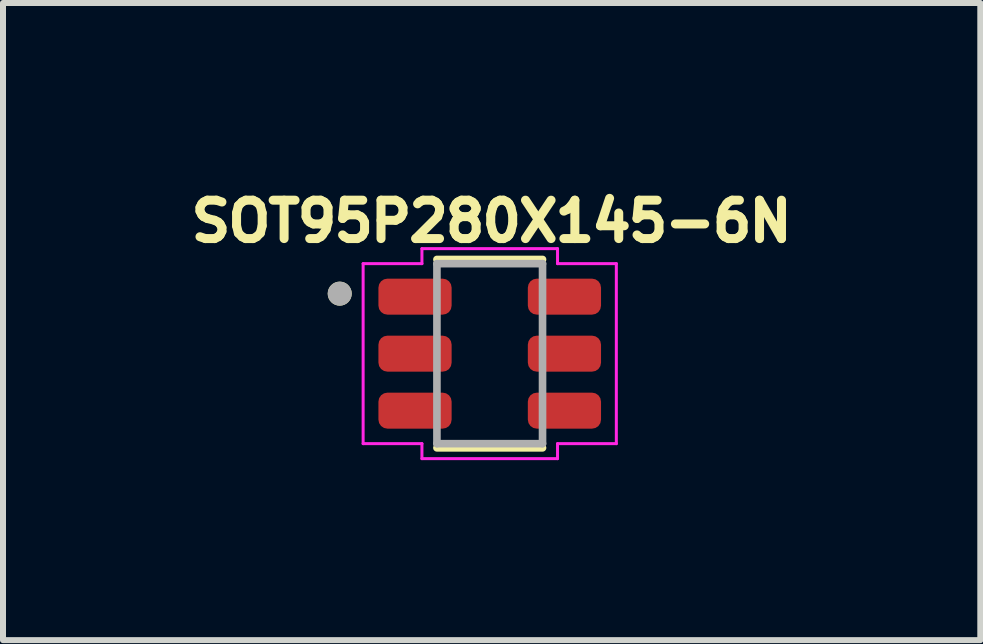
<source format=kicad_pcb>
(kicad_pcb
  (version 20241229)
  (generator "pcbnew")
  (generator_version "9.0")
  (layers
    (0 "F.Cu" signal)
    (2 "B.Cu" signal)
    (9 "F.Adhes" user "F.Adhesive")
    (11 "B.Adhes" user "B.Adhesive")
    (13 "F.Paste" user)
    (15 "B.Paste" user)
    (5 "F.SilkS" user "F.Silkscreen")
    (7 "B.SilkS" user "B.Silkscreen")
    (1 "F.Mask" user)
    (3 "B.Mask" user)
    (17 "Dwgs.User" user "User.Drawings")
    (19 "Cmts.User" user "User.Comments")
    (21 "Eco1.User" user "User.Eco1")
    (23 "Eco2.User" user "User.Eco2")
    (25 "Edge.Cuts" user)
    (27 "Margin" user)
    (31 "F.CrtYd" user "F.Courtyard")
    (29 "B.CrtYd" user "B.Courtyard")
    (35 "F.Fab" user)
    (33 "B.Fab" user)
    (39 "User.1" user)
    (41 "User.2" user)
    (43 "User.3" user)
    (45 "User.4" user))
  (footprint "SOT95P280X145-6N"
    (layer "F.Cu")
    (at 5.112 2.844)
    (property "Reference" "SOT95P280X145-6N" (at 0.032 -2.206 0) (layer "F.SilkS") (effects (font (size 0.64 0.64) (thickness 0.15))))
    (attr smd)
    (fp_line (start -0.88 -1.57) (end 0.88 -1.57) (stroke (width 0.127) (type solid)) (layer "F.SilkS"))
    (fp_line (start -0.88 1.57) (end 0.88 1.57) (stroke (width 0.127) (type solid)) (layer "F.SilkS"))
    (fp_circle (center -2.5 -1) (end -2.4 -1) (stroke (width 0.2) (type solid)) (fill no) (layer "F.SilkS"))
    (fp_line (start -2.11 -1.5) (end -2.11 1.5) (stroke (width 0.05) (type solid)) (layer "F.CrtYd"))
    (fp_line (start -2.11 -1.5) (end -1.13 -1.5) (stroke (width 0.05) (type solid)) (layer "F.CrtYd"))
    (fp_line (start -1.13 -1.75) (end 1.13 -1.75) (stroke (width 0.05) (type solid)) (layer "F.CrtYd"))
    (fp_line (start -1.13 -1.5) (end -1.13 -1.75) (stroke (width 0.05) (type solid)) (layer "F.CrtYd"))
    (fp_line (start -1.13 1.5) (end -2.11 1.5) (stroke (width 0.05) (type solid)) (layer "F.CrtYd"))
    (fp_line (start -1.13 1.75) (end -1.13 1.5) (stroke (width 0.05) (type solid)) (layer "F.CrtYd"))
    (fp_line (start 1.13 -1.75) (end 1.13 -1.5) (stroke (width 0.05) (type solid)) (layer "F.CrtYd"))
    (fp_line (start 1.13 -1.5) (end 2.11 -1.5) (stroke (width 0.05) (type solid)) (layer "F.CrtYd"))
    (fp_line (start 1.13 1.5) (end 1.13 1.75) (stroke (width 0.05) (type solid)) (layer "F.CrtYd"))
    (fp_line (start 1.13 1.75) (end -1.13 1.75) (stroke (width 0.05) (type solid)) (layer "F.CrtYd"))
    (fp_line (start 2.11 1.5) (end 1.13 1.5) (stroke (width 0.05) (type solid)) (layer "F.CrtYd"))
    (fp_line (start 2.11 1.5) (end 2.11 -1.5) (stroke (width 0.05) (type solid)) (layer "F.CrtYd"))
    (fp_line (start -0.88 -1.5) (end 0.88 -1.5) (stroke (width 0.127) (type solid)) (layer "F.Fab"))
    (fp_line (start -0.88 1.5) (end -0.88 -1.5) (stroke (width 0.127) (type solid)) (layer "F.Fab"))
    (fp_line (start 0.88 -1.5) (end 0.88 1.5) (stroke (width 0.127) (type solid)) (layer "F.Fab"))
    (fp_line (start 0.88 1.5) (end -0.88 1.5) (stroke (width 0.127) (type solid)) (layer "F.Fab"))
    (fp_circle (center -2.5 -1) (end -2.4 -1) (stroke (width 0.2) (type solid)) (fill no) (layer "F.Fab"))
    (pad "1" smd roundrect (at -1.245 -0.95) (size 1.22 0.6) (layers "F.Cu" "F.Mask" "F.Paste") (roundrect_rratio 0.25))
    (pad "2" smd roundrect (at -1.245 0) (size 1.22 0.6) (layers "F.Cu" "F.Mask" "F.Paste") (roundrect_rratio 0.25))
    (pad "3" smd roundrect (at -1.245 0.95) (size 1.22 0.6) (layers "F.Cu" "F.Mask" "F.Paste") (roundrect_rratio 0.25))
    (pad "4" smd roundrect (at 1.245 0.95) (size 1.22 0.6) (layers "F.Cu" "F.Mask" "F.Paste") (roundrect_rratio 0.25))
    (pad "5" smd roundrect (at 1.245 0) (size 1.22 0.6) (layers "F.Cu" "F.Mask" "F.Paste") (roundrect_rratio 0.25))
    (pad "6" smd roundrect (at 1.245 -0.95) (size 1.22 0.6) (layers "F.Cu" "F.Mask" "F.Paste") (roundrect_rratio 0.25)))
  (gr_rect
    (start -3 -3)
    (end 13.288 7.619)
    (stroke (width 0.1) (type default))
    (fill no)
    (layer "Edge.Cuts")))
</source>
